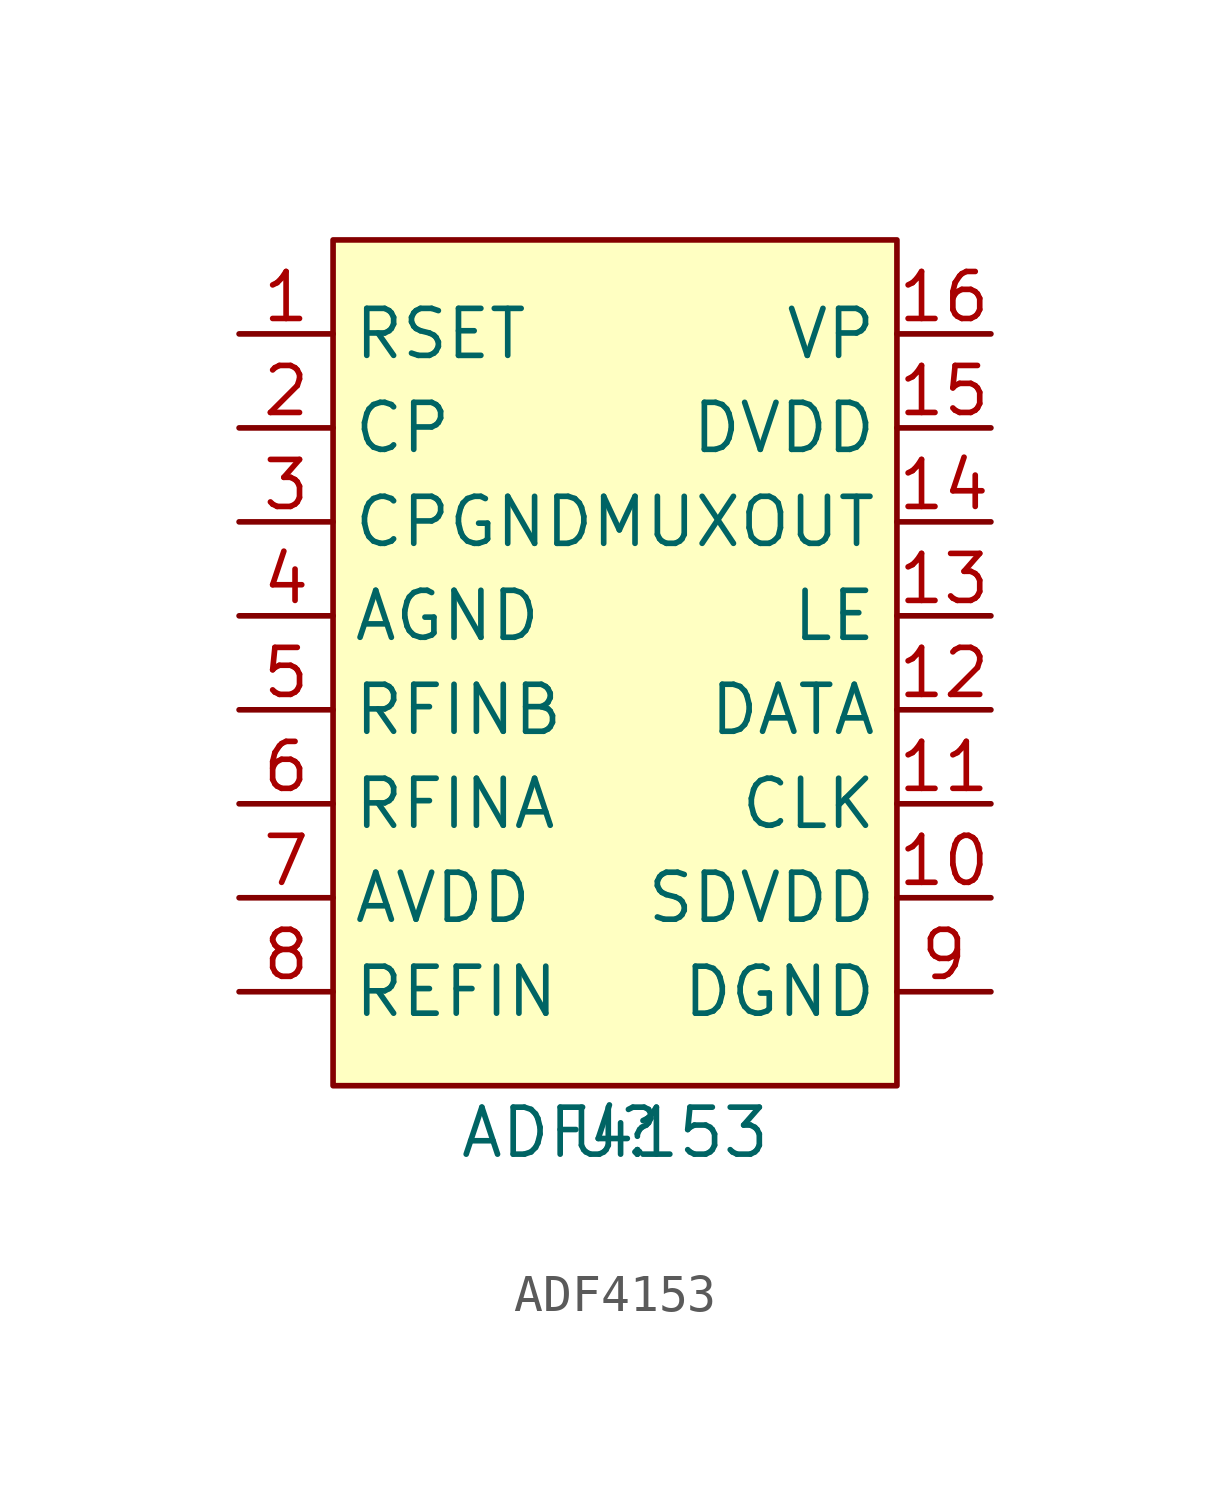
<source format=kicad_sym>
(kicad_symbol_lib
  (version 20231120)
  (generator "kicad_symbol_editor")
  (generator_version "8.0")
  (symbol "ADF4153"
    (property "Reference" "U"
      (at 0 0 0)
      (effects (font (size 1.27 1.27))))
    (property "Value" "ADF4153"
      (at 0 0 0)
      (effects (font (size 1.27 1.27))))
    (symbol "ADF4153_1_1"
      (rectangle (start -7.62 24.13) (end 7.62 1.27) (stroke (width 0) (type default)) (fill (type background)))
      (pin input line (at -10.16 21.59 0) (length 2.54) (name "RSET" (effects (font (size 1.27 1.27)))) (number "1" (effects (font (size 1.27 1.27)))))
      (pin power_in line (at 10.16 6.35 180) (length 2.54) (name "SDVDD" (effects (font (size 1.27 1.27)))) (number "10" (effects (font (size 1.27 1.27)))))
      (pin input line (at 10.16 8.89 180) (length 2.54) (name "CLK" (effects (font (size 1.27 1.27)))) (number "11" (effects (font (size 1.27 1.27)))))
      (pin input line (at 10.16 11.43 180) (length 2.54) (name "DATA" (effects (font (size 1.27 1.27)))) (number "12" (effects (font (size 1.27 1.27)))))
      (pin input line (at 10.16 13.97 180) (length 2.54) (name "LE" (effects (font (size 1.27 1.27)))) (number "13" (effects (font (size 1.27 1.27)))))
      (pin output line (at 10.16 16.51 180) (length 2.54) (name "MUXOUT" (effects (font (size 1.27 1.27)))) (number "14" (effects (font (size 1.27 1.27)))))
      (pin power_in line (at 10.16 19.05 180) (length 2.54) (name "DVDD" (effects (font (size 1.27 1.27)))) (number "15" (effects (font (size 1.27 1.27)))))
      (pin power_out line (at 10.16 21.59 180) (length 2.54) (name "VP" (effects (font (size 1.27 1.27)))) (number "16" (effects (font (size 1.27 1.27)))))
      (pin power_out line (at -10.16 19.05 0) (length 2.54) (name "CP" (effects (font (size 1.27 1.27)))) (number "2" (effects (font (size 1.27 1.27)))))
      (pin passive line (at -10.16 16.51 0) (length 2.54) (name "CPGND" (effects (font (size 1.27 1.27)))) (number "3" (effects (font (size 1.27 1.27)))))
      (pin passive line (at -10.16 13.97 0) (length 2.54) (name "AGND" (effects (font (size 1.27 1.27)))) (number "4" (effects (font (size 1.27 1.27)))))
      (pin input line (at -10.16 11.43 0) (length 2.54) (name "RFINB" (effects (font (size 1.27 1.27)))) (number "5" (effects (font (size 1.27 1.27)))))
      (pin input line (at -10.16 8.89 0) (length 2.54) (name "RFINA" (effects (font (size 1.27 1.27)))) (number "6" (effects (font (size 1.27 1.27)))))
      (pin power_in line (at -10.16 6.35 0) (length 2.54) (name "AVDD" (effects (font (size 1.27 1.27)))) (number "7" (effects (font (size 1.27 1.27)))))
      (pin input line (at -10.16 3.81 0) (length 2.54) (name "REFIN" (effects (font (size 1.27 1.27)))) (number "8" (effects (font (size 1.27 1.27)))))
      (pin passive line (at 10.16 3.81 180) (length 2.54) (name "DGND" (effects (font (size 1.27 1.27)))) (number "9" (effects (font (size 1.27 1.27))))))))
</source>
